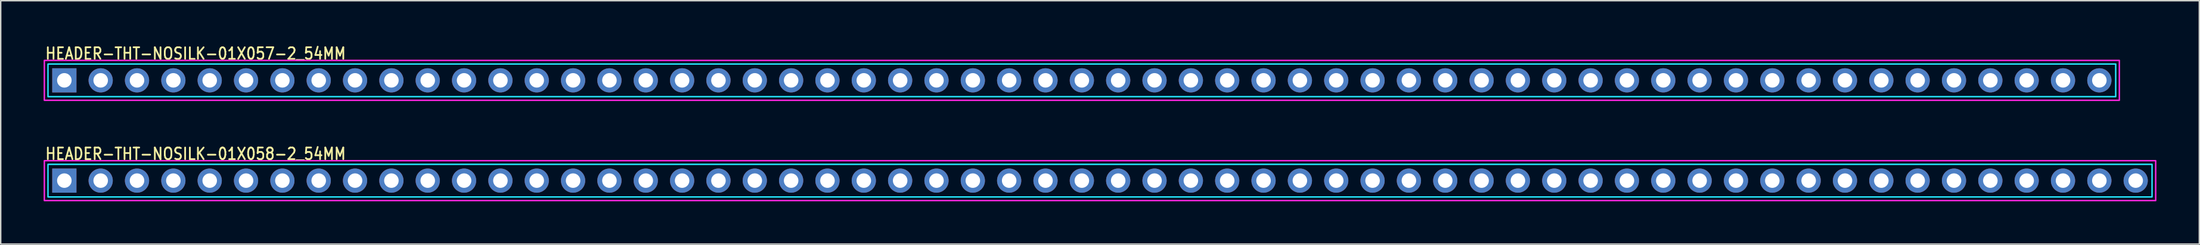
<source format=kicad_pcb>
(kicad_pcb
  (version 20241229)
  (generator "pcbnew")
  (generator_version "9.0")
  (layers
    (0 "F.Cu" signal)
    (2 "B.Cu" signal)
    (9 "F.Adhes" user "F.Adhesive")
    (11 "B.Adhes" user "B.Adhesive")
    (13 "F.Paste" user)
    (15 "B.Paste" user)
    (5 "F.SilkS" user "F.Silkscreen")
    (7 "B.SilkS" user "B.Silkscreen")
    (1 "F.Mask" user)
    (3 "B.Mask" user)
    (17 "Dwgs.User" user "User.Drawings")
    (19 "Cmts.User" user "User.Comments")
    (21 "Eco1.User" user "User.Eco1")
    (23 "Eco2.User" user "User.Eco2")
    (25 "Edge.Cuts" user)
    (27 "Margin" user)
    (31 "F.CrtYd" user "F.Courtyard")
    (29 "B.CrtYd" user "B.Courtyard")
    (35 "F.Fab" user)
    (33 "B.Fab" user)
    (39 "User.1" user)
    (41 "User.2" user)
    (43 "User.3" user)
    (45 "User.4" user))
  (footprint "HEADER-THT-NOSILK-01X058-2_54MM"
    (layer "F.Cu")
    (at 1.447 9.604)
    (property "Reference" "HEADER-THT-NOSILK-01X058-2_54MM" (at -1.4 -1.4 0) (unlocked yes) (layer "F.SilkS") (effects (font (size 0.813 0.695) (thickness 0.122)) (justify left bottom)))
    (fp_poly (pts (xy -1.143 -1.143) (xy 145.923 -1.143) (xy 145.923 1.143) (xy -1.143 1.143)) (stroke (width 0.1) (type solid)) (fill no) (layer "B.CrtYd"))
    (fp_poly (pts (xy -1.397 -1.397) (xy 146.177 -1.397) (xy 146.177 1.397) (xy -1.397 1.397)) (stroke (width 0.1) (type solid)) (fill no) (layer "F.CrtYd"))
    (pad "1" thru_hole rect (at 0 0) (size 1.693 1.693) (drill 1.016) (layers "*.Cu" "*.Mask"))
    (pad "2" thru_hole oval (at 2.54 0) (size 1.693 1.693) (drill 1.016) (layers "*.Cu" "*.Mask"))
    (pad "3" thru_hole oval (at 5.08 0) (size 1.693 1.693) (drill 1.016) (layers "*.Cu" "*.Mask"))
    (pad "4" thru_hole oval (at 7.62 0) (size 1.693 1.693) (drill 1.016) (layers "*.Cu" "*.Mask"))
    (pad "5" thru_hole oval (at 10.16 0) (size 1.693 1.693) (drill 1.016) (layers "*.Cu" "*.Mask"))
    (pad "6" thru_hole oval (at 12.7 0) (size 1.693 1.693) (drill 1.016) (layers "*.Cu" "*.Mask"))
    (pad "7" thru_hole oval (at 15.24 0) (size 1.693 1.693) (drill 1.016) (layers "*.Cu" "*.Mask"))
    (pad "8" thru_hole oval (at 17.78 0) (size 1.693 1.693) (drill 1.016) (layers "*.Cu" "*.Mask"))
    (pad "9" thru_hole oval (at 20.32 0) (size 1.693 1.693) (drill 1.016) (layers "*.Cu" "*.Mask"))
    (pad "10" thru_hole oval (at 22.86 0) (size 1.693 1.693) (drill 1.016) (layers "*.Cu" "*.Mask"))
    (pad "11" thru_hole oval (at 25.4 0) (size 1.693 1.693) (drill 1.016) (layers "*.Cu" "*.Mask"))
    (pad "12" thru_hole oval (at 27.94 0) (size 1.693 1.693) (drill 1.016) (layers "*.Cu" "*.Mask"))
    (pad "13" thru_hole oval (at 30.48 0) (size 1.693 1.693) (drill 1.016) (layers "*.Cu" "*.Mask"))
    (pad "14" thru_hole oval (at 33.02 0) (size 1.693 1.693) (drill 1.016) (layers "*.Cu" "*.Mask"))
    (pad "15" thru_hole oval (at 35.56 0) (size 1.693 1.693) (drill 1.016) (layers "*.Cu" "*.Mask"))
    (pad "16" thru_hole oval (at 38.1 0) (size 1.693 1.693) (drill 1.016) (layers "*.Cu" "*.Mask"))
    (pad "17" thru_hole oval (at 40.64 0) (size 1.693 1.693) (drill 1.016) (layers "*.Cu" "*.Mask"))
    (pad "18" thru_hole oval (at 43.18 0) (size 1.693 1.693) (drill 1.016) (layers "*.Cu" "*.Mask"))
    (pad "19" thru_hole oval (at 45.72 0) (size 1.693 1.693) (drill 1.016) (layers "*.Cu" "*.Mask"))
    (pad "20" thru_hole oval (at 48.26 0) (size 1.693 1.693) (drill 1.016) (layers "*.Cu" "*.Mask"))
    (pad "21" thru_hole oval (at 50.8 0) (size 1.693 1.693) (drill 1.016) (layers "*.Cu" "*.Mask"))
    (pad "22" thru_hole oval (at 53.34 0) (size 1.693 1.693) (drill 1.016) (layers "*.Cu" "*.Mask"))
    (pad "23" thru_hole oval (at 55.88 0) (size 1.693 1.693) (drill 1.016) (layers "*.Cu" "*.Mask"))
    (pad "24" thru_hole oval (at 58.42 0) (size 1.693 1.693) (drill 1.016) (layers "*.Cu" "*.Mask"))
    (pad "25" thru_hole oval (at 60.96 0) (size 1.693 1.693) (drill 1.016) (layers "*.Cu" "*.Mask"))
    (pad "26" thru_hole oval (at 63.5 0) (size 1.693 1.693) (drill 1.016) (layers "*.Cu" "*.Mask"))
    (pad "27" thru_hole oval (at 66.04 0) (size 1.693 1.693) (drill 1.016) (layers "*.Cu" "*.Mask"))
    (pad "28" thru_hole oval (at 68.58 0) (size 1.693 1.693) (drill 1.016) (layers "*.Cu" "*.Mask"))
    (pad "29" thru_hole oval (at 71.12 0) (size 1.693 1.693) (drill 1.016) (layers "*.Cu" "*.Mask"))
    (pad "30" thru_hole oval (at 73.66 0) (size 1.693 1.693) (drill 1.016) (layers "*.Cu" "*.Mask"))
    (pad "31" thru_hole oval (at 76.2 0) (size 1.693 1.693) (drill 1.016) (layers "*.Cu" "*.Mask"))
    (pad "32" thru_hole oval (at 78.74 0) (size 1.693 1.693) (drill 1.016) (layers "*.Cu" "*.Mask"))
    (pad "33" thru_hole oval (at 81.28 0) (size 1.693 1.693) (drill 1.016) (layers "*.Cu" "*.Mask"))
    (pad "34" thru_hole oval (at 83.82 0) (size 1.693 1.693) (drill 1.016) (layers "*.Cu" "*.Mask"))
    (pad "35" thru_hole oval (at 86.36 0) (size 1.693 1.693) (drill 1.016) (layers "*.Cu" "*.Mask"))
    (pad "36" thru_hole oval (at 88.9 0) (size 1.693 1.693) (drill 1.016) (layers "*.Cu" "*.Mask"))
    (pad "37" thru_hole oval (at 91.44 0) (size 1.693 1.693) (drill 1.016) (layers "*.Cu" "*.Mask"))
    (pad "38" thru_hole oval (at 93.98 0) (size 1.693 1.693) (drill 1.016) (layers "*.Cu" "*.Mask"))
    (pad "39" thru_hole oval (at 96.52 0) (size 1.693 1.693) (drill 1.016) (layers "*.Cu" "*.Mask"))
    (pad "40" thru_hole oval (at 99.06 0) (size 1.693 1.693) (drill 1.016) (layers "*.Cu" "*.Mask"))
    (pad "41" thru_hole oval (at 101.6 0) (size 1.693 1.693) (drill 1.016) (layers "*.Cu" "*.Mask"))
    (pad "42" thru_hole oval (at 104.14 0) (size 1.693 1.693) (drill 1.016) (layers "*.Cu" "*.Mask"))
    (pad "43" thru_hole oval (at 106.68 0) (size 1.693 1.693) (drill 1.016) (layers "*.Cu" "*.Mask"))
    (pad "44" thru_hole oval (at 109.22 0) (size 1.693 1.693) (drill 1.016) (layers "*.Cu" "*.Mask"))
    (pad "45" thru_hole oval (at 111.76 0) (size 1.693 1.693) (drill 1.016) (layers "*.Cu" "*.Mask"))
    (pad "46" thru_hole oval (at 114.3 0) (size 1.693 1.693) (drill 1.016) (layers "*.Cu" "*.Mask"))
    (pad "47" thru_hole oval (at 116.84 0) (size 1.693 1.693) (drill 1.016) (layers "*.Cu" "*.Mask"))
    (pad "48" thru_hole oval (at 119.38 0) (size 1.693 1.693) (drill 1.016) (layers "*.Cu" "*.Mask"))
    (pad "49" thru_hole oval (at 121.92 0) (size 1.693 1.693) (drill 1.016) (layers "*.Cu" "*.Mask"))
    (pad "50" thru_hole oval (at 124.46 0) (size 1.693 1.693) (drill 1.016) (layers "*.Cu" "*.Mask"))
    (pad "51" thru_hole oval (at 127 0) (size 1.693 1.693) (drill 1.016) (layers "*.Cu" "*.Mask"))
    (pad "52" thru_hole oval (at 129.54 0) (size 1.693 1.693) (drill 1.016) (layers "*.Cu" "*.Mask"))
    (pad "53" thru_hole oval (at 132.08 0) (size 1.693 1.693) (drill 1.016) (layers "*.Cu" "*.Mask"))
    (pad "54" thru_hole oval (at 134.62 0) (size 1.693 1.693) (drill 1.016) (layers "*.Cu" "*.Mask"))
    (pad "55" thru_hole oval (at 137.16 0) (size 1.693 1.693) (drill 1.016) (layers "*.Cu" "*.Mask"))
    (pad "56" thru_hole oval (at 139.7 0) (size 1.693 1.693) (drill 1.016) (layers "*.Cu" "*.Mask"))
    (pad "57" thru_hole oval (at 142.24 0) (size 1.693 1.693) (drill 1.016) (layers "*.Cu" "*.Mask"))
    (pad "58" thru_hole oval (at 144.78 0) (size 1.693 1.693) (drill 1.016) (layers "*.Cu" "*.Mask")))
  (footprint "HEADER-THT-NOSILK-01X057-2_54MM"
    (layer "F.Cu")
    (at 1.447 2.579)
    (property "Reference" "HEADER-THT-NOSILK-01X057-2_54MM" (at -1.4 -1.4 0) (unlocked yes) (layer "F.SilkS") (effects (font (size 0.813 0.695) (thickness 0.122)) (justify left bottom)))
    (fp_poly (pts (xy -1.143 -1.143) (xy 143.383 -1.143) (xy 143.383 1.143) (xy -1.143 1.143)) (stroke (width 0.1) (type solid)) (fill no) (layer "B.CrtYd"))
    (fp_poly (pts (xy -1.397 -1.397) (xy 143.637 -1.397) (xy 143.637 1.397) (xy -1.397 1.397)) (stroke (width 0.1) (type solid)) (fill no) (layer "F.CrtYd"))
    (pad "1" thru_hole rect (at 0 0) (size 1.693 1.693) (drill 1.016) (layers "*.Cu" "*.Mask"))
    (pad "2" thru_hole oval (at 2.54 0) (size 1.693 1.693) (drill 1.016) (layers "*.Cu" "*.Mask"))
    (pad "3" thru_hole oval (at 5.08 0) (size 1.693 1.693) (drill 1.016) (layers "*.Cu" "*.Mask"))
    (pad "4" thru_hole oval (at 7.62 0) (size 1.693 1.693) (drill 1.016) (layers "*.Cu" "*.Mask"))
    (pad "5" thru_hole oval (at 10.16 0) (size 1.693 1.693) (drill 1.016) (layers "*.Cu" "*.Mask"))
    (pad "6" thru_hole oval (at 12.7 0) (size 1.693 1.693) (drill 1.016) (layers "*.Cu" "*.Mask"))
    (pad "7" thru_hole oval (at 15.24 0) (size 1.693 1.693) (drill 1.016) (layers "*.Cu" "*.Mask"))
    (pad "8" thru_hole oval (at 17.78 0) (size 1.693 1.693) (drill 1.016) (layers "*.Cu" "*.Mask"))
    (pad "9" thru_hole oval (at 20.32 0) (size 1.693 1.693) (drill 1.016) (layers "*.Cu" "*.Mask"))
    (pad "10" thru_hole oval (at 22.86 0) (size 1.693 1.693) (drill 1.016) (layers "*.Cu" "*.Mask"))
    (pad "11" thru_hole oval (at 25.4 0) (size 1.693 1.693) (drill 1.016) (layers "*.Cu" "*.Mask"))
    (pad "12" thru_hole oval (at 27.94 0) (size 1.693 1.693) (drill 1.016) (layers "*.Cu" "*.Mask"))
    (pad "13" thru_hole oval (at 30.48 0) (size 1.693 1.693) (drill 1.016) (layers "*.Cu" "*.Mask"))
    (pad "14" thru_hole oval (at 33.02 0) (size 1.693 1.693) (drill 1.016) (layers "*.Cu" "*.Mask"))
    (pad "15" thru_hole oval (at 35.56 0) (size 1.693 1.693) (drill 1.016) (layers "*.Cu" "*.Mask"))
    (pad "16" thru_hole oval (at 38.1 0) (size 1.693 1.693) (drill 1.016) (layers "*.Cu" "*.Mask"))
    (pad "17" thru_hole oval (at 40.64 0) (size 1.693 1.693) (drill 1.016) (layers "*.Cu" "*.Mask"))
    (pad "18" thru_hole oval (at 43.18 0) (size 1.693 1.693) (drill 1.016) (layers "*.Cu" "*.Mask"))
    (pad "19" thru_hole oval (at 45.72 0) (size 1.693 1.693) (drill 1.016) (layers "*.Cu" "*.Mask"))
    (pad "20" thru_hole oval (at 48.26 0) (size 1.693 1.693) (drill 1.016) (layers "*.Cu" "*.Mask"))
    (pad "21" thru_hole oval (at 50.8 0) (size 1.693 1.693) (drill 1.016) (layers "*.Cu" "*.Mask"))
    (pad "22" thru_hole oval (at 53.34 0) (size 1.693 1.693) (drill 1.016) (layers "*.Cu" "*.Mask"))
    (pad "23" thru_hole oval (at 55.88 0) (size 1.693 1.693) (drill 1.016) (layers "*.Cu" "*.Mask"))
    (pad "24" thru_hole oval (at 58.42 0) (size 1.693 1.693) (drill 1.016) (layers "*.Cu" "*.Mask"))
    (pad "25" thru_hole oval (at 60.96 0) (size 1.693 1.693) (drill 1.016) (layers "*.Cu" "*.Mask"))
    (pad "26" thru_hole oval (at 63.5 0) (size 1.693 1.693) (drill 1.016) (layers "*.Cu" "*.Mask"))
    (pad "27" thru_hole oval (at 66.04 0) (size 1.693 1.693) (drill 1.016) (layers "*.Cu" "*.Mask"))
    (pad "28" thru_hole oval (at 68.58 0) (size 1.693 1.693) (drill 1.016) (layers "*.Cu" "*.Mask"))
    (pad "29" thru_hole oval (at 71.12 0) (size 1.693 1.693) (drill 1.016) (layers "*.Cu" "*.Mask"))
    (pad "30" thru_hole oval (at 73.66 0) (size 1.693 1.693) (drill 1.016) (layers "*.Cu" "*.Mask"))
    (pad "31" thru_hole oval (at 76.2 0) (size 1.693 1.693) (drill 1.016) (layers "*.Cu" "*.Mask"))
    (pad "32" thru_hole oval (at 78.74 0) (size 1.693 1.693) (drill 1.016) (layers "*.Cu" "*.Mask"))
    (pad "33" thru_hole oval (at 81.28 0) (size 1.693 1.693) (drill 1.016) (layers "*.Cu" "*.Mask"))
    (pad "34" thru_hole oval (at 83.82 0) (size 1.693 1.693) (drill 1.016) (layers "*.Cu" "*.Mask"))
    (pad "35" thru_hole oval (at 86.36 0) (size 1.693 1.693) (drill 1.016) (layers "*.Cu" "*.Mask"))
    (pad "36" thru_hole oval (at 88.9 0) (size 1.693 1.693) (drill 1.016) (layers "*.Cu" "*.Mask"))
    (pad "37" thru_hole oval (at 91.44 0) (size 1.693 1.693) (drill 1.016) (layers "*.Cu" "*.Mask"))
    (pad "38" thru_hole oval (at 93.98 0) (size 1.693 1.693) (drill 1.016) (layers "*.Cu" "*.Mask"))
    (pad "39" thru_hole oval (at 96.52 0) (size 1.693 1.693) (drill 1.016) (layers "*.Cu" "*.Mask"))
    (pad "40" thru_hole oval (at 99.06 0) (size 1.693 1.693) (drill 1.016) (layers "*.Cu" "*.Mask"))
    (pad "41" thru_hole oval (at 101.6 0) (size 1.693 1.693) (drill 1.016) (layers "*.Cu" "*.Mask"))
    (pad "42" thru_hole oval (at 104.14 0) (size 1.693 1.693) (drill 1.016) (layers "*.Cu" "*.Mask"))
    (pad "43" thru_hole oval (at 106.68 0) (size 1.693 1.693) (drill 1.016) (layers "*.Cu" "*.Mask"))
    (pad "44" thru_hole oval (at 109.22 0) (size 1.693 1.693) (drill 1.016) (layers "*.Cu" "*.Mask"))
    (pad "45" thru_hole oval (at 111.76 0) (size 1.693 1.693) (drill 1.016) (layers "*.Cu" "*.Mask"))
    (pad "46" thru_hole oval (at 114.3 0) (size 1.693 1.693) (drill 1.016) (layers "*.Cu" "*.Mask"))
    (pad "47" thru_hole oval (at 116.84 0) (size 1.693 1.693) (drill 1.016) (layers "*.Cu" "*.Mask"))
    (pad "48" thru_hole oval (at 119.38 0) (size 1.693 1.693) (drill 1.016) (layers "*.Cu" "*.Mask"))
    (pad "49" thru_hole oval (at 121.92 0) (size 1.693 1.693) (drill 1.016) (layers "*.Cu" "*.Mask"))
    (pad "50" thru_hole oval (at 124.46 0) (size 1.693 1.693) (drill 1.016) (layers "*.Cu" "*.Mask"))
    (pad "51" thru_hole oval (at 127 0) (size 1.693 1.693) (drill 1.016) (layers "*.Cu" "*.Mask"))
    (pad "52" thru_hole oval (at 129.54 0) (size 1.693 1.693) (drill 1.016) (layers "*.Cu" "*.Mask"))
    (pad "53" thru_hole oval (at 132.08 0) (size 1.693 1.693) (drill 1.016) (layers "*.Cu" "*.Mask"))
    (pad "54" thru_hole oval (at 134.62 0) (size 1.693 1.693) (drill 1.016) (layers "*.Cu" "*.Mask"))
    (pad "55" thru_hole oval (at 137.16 0) (size 1.693 1.693) (drill 1.016) (layers "*.Cu" "*.Mask"))
    (pad "56" thru_hole oval (at 139.7 0) (size 1.693 1.693) (drill 1.016) (layers "*.Cu" "*.Mask"))
    (pad "57" thru_hole oval (at 142.24 0) (size 1.693 1.693) (drill 1.016) (layers "*.Cu" "*.Mask")))
  (gr_rect
    (start -3 -3)
    (end 150.674 14.051)
    (stroke (width 0.1) (type default))
    (fill no)
    (layer "Edge.Cuts")))
</source>
